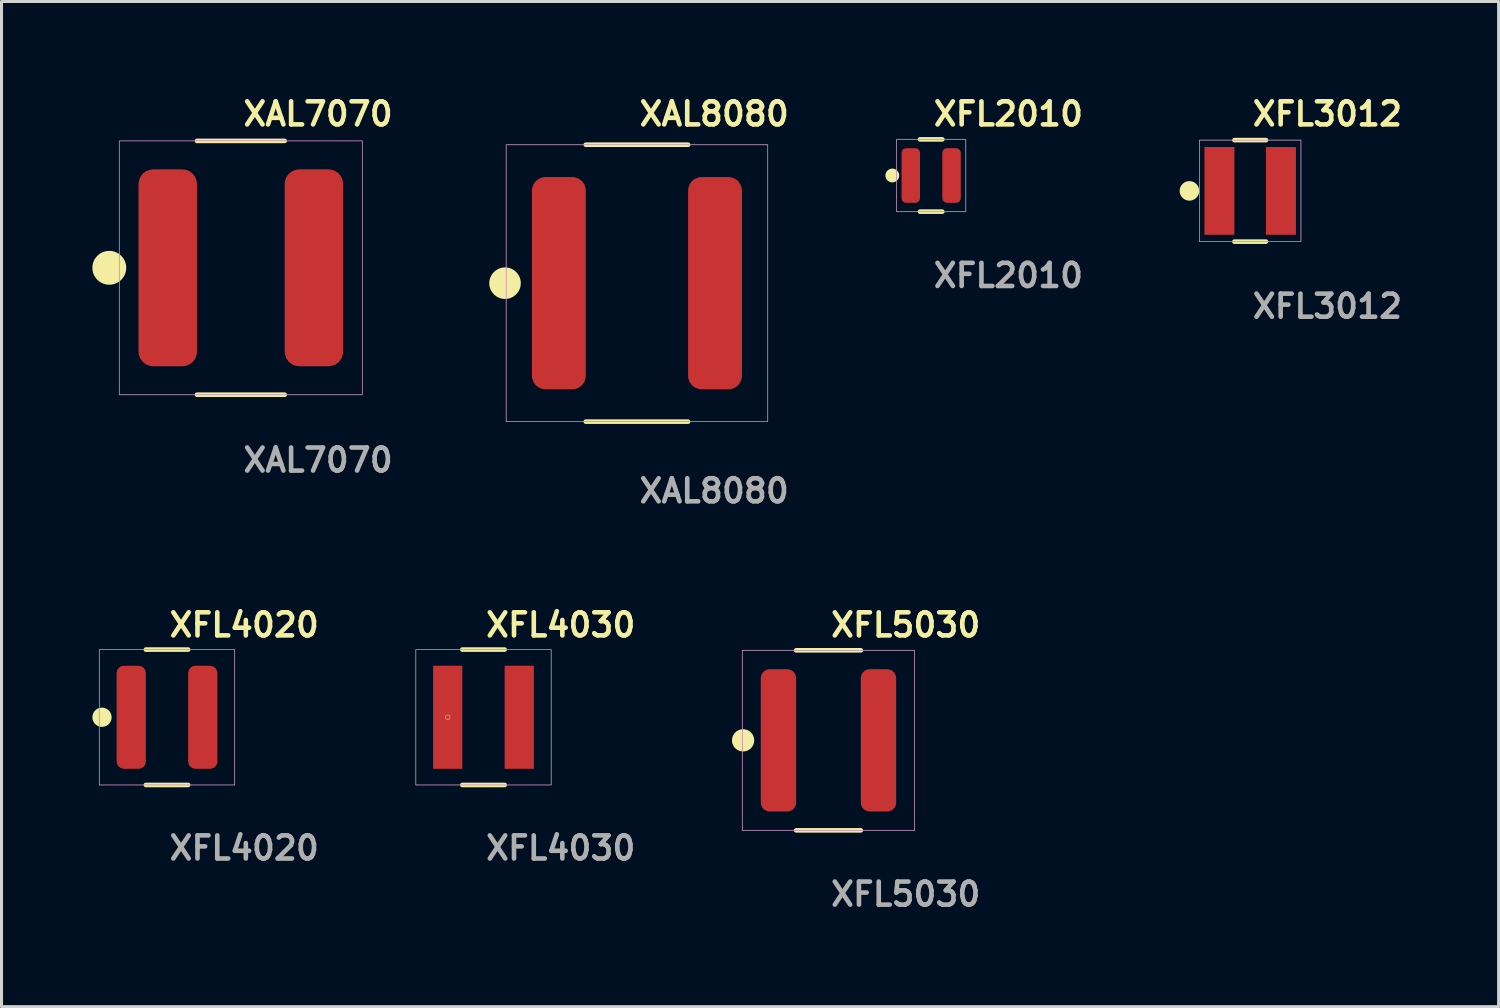
<source format=kicad_pcb>
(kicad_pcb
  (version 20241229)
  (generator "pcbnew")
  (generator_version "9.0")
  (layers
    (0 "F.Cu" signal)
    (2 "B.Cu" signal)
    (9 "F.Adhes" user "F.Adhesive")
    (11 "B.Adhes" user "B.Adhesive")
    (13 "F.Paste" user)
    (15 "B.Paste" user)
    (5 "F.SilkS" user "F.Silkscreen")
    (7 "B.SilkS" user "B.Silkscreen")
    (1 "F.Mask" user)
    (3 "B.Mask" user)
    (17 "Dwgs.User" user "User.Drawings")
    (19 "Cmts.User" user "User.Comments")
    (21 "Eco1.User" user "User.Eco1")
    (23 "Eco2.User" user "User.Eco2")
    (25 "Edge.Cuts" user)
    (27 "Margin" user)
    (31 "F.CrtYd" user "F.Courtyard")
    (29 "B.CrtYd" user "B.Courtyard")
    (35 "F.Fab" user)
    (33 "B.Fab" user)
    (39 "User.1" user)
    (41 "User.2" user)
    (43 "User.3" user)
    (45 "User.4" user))
  (footprint "XAL8080"
    (layer "F.Cu")
    (at 17.982 6.301)
    (property "Reference" "XAL8080" (at 0 -5.588 0) (unlocked yes) (layer "F.SilkS") (effects (font (size 0.762 0.762) (thickness 0.152)) (justify left)))
    (fp_line (start 1.689 -4.572) (end -1.689 -4.572) (stroke (width 0.152) (type solid)) (layer "F.SilkS"))
    (fp_line (start 1.689 4.572) (end -1.689 4.572) (stroke (width 0.152) (type solid)) (layer "F.SilkS"))
    (fp_circle (center -4.356 0) (end -4.801 0) (stroke (width 0.152) (type solid)) (fill yes) (layer "F.SilkS"))
    (fp_rect (start -4.318 -4.572) (end 4.318 4.572) (stroke (width 0.006) (type solid)) (fill no) (layer "F.CrtYd"))
    (fp_rect (start -4.318 -4.572) (end 4.318 4.572) (stroke (width 0.025) (type default)) (fill no) (layer "F.Fab"))
    (fp_text user "${REFERENCE}" (at 0 6.858 0) (unlocked yes) (layer "F.Fab") (effects (font (size 0.762 0.762) (thickness 0.152)) (justify left)))
    (pad "1" smd roundrect (at -2.578 0) (size 1.778 7.01) (layers "F.Cu" "F.Mask" "F.Paste") (roundrect_rratio 0.25))
    (pad "2" smd roundrect (at 2.578 0) (size 1.778 7.01) (layers "F.Cu" "F.Mask" "F.Paste") (roundrect_rratio 0.25)))
  (footprint "XFL5030"
    (layer "F.Cu")
    (at 24.306 21.396)
    (property "Reference" "XFL5030" (at 0 -3.81 0) (unlocked yes) (layer "F.SilkS") (effects (font (size 0.762 0.762) (thickness 0.152)) (justify left)))
    (fp_line (start 1.067 -2.972) (end -1.067 -2.972) (stroke (width 0.152) (type solid)) (layer "F.SilkS"))
    (fp_line (start 1.067 2.972) (end -1.067 2.972) (stroke (width 0.152) (type solid)) (layer "F.SilkS"))
    (fp_circle (center -2.819 0) (end -3.111 0) (stroke (width 0.152) (type solid)) (fill yes) (layer "F.SilkS"))
    (fp_rect (start -2.845 -2.972) (end 2.845 2.972) (stroke (width 0.006) (type solid)) (fill no) (layer "F.CrtYd"))
    (fp_rect (start -2.845 -2.972) (end 2.845 2.972) (stroke (width 0.025) (type default)) (fill no) (layer "F.Fab"))
    (fp_text user "${REFERENCE}" (at 0 5.08 0) (unlocked yes) (layer "F.Fab") (effects (font (size 0.762 0.762) (thickness 0.152)) (justify left)))
    (pad "1" smd roundrect (at -1.651 0) (size 1.168 4.699) (layers "F.Cu" "F.Mask" "F.Paste") (roundrect_rratio 0.25))
    (pad "2" smd roundrect (at 1.651 0) (size 1.168 4.699) (layers "F.Cu" "F.Mask" "F.Paste") (roundrect_rratio 0.25)))
  (footprint "XFL4030"
    (layer "F.Cu")
    (at 12.915 20.634)
    (property "Reference" "XFL4030" (at 0 -3.048 0) (unlocked yes) (layer "F.SilkS") (effects (font (size 0.762 0.762) (thickness 0.152)) (justify left)))
    (fp_line (start 0.699 -2.235) (end -0.699 -2.235) (stroke (width 0.152) (type solid)) (layer "F.SilkS"))
    (fp_line (start 0.699 2.235) (end -0.699 2.235) (stroke (width 0.152) (type solid)) (layer "F.SilkS"))
    (fp_rect (start -2.235 -2.235) (end 2.235 2.235) (stroke (width 0.006) (type solid)) (fill no) (layer "F.CrtYd"))
    (fp_rect (start -2.235 -2.235) (end 2.235 2.235) (stroke (width 0.025) (type default)) (fill no) (layer "F.Fab"))
    (fp_circle (center -1.181 0) (end -1.105 0) (stroke (width 0.025) (type solid)) (fill no) (layer "F.Fab"))
    (fp_text user "${REFERENCE}" (at 0 4.318 0) (unlocked yes) (layer "F.Fab") (effects (font (size 0.762 0.762) (thickness 0.152)) (justify left)))
    (pad "1" smd rect (at -1.181 0) (size 0.965 3.404) (layers "F.Cu" "F.Mask" "F.Paste"))
    (pad "2" smd rect (at 1.181 0) (size 0.965 3.404) (layers "F.Cu" "F.Mask" "F.Paste")))
  (footprint "XFL3012"
    (layer "F.Cu")
    (at 38.231 3.253)
    (property "Reference" "XFL3012" (at 0 -2.54 0) (unlocked yes) (layer "F.SilkS") (effects (font (size 0.762 0.762) (thickness 0.152)) (justify left)))
    (fp_line (start 0.521 -1.676) (end -0.521 -1.676) (stroke (width 0.152) (type solid)) (layer "F.SilkS"))
    (fp_line (start 0.521 1.676) (end -0.521 1.676) (stroke (width 0.152) (type solid)) (layer "F.SilkS"))
    (fp_circle (center -2.007 0) (end -2.254 0) (stroke (width 0.152) (type solid)) (fill yes) (layer "F.SilkS"))
    (fp_rect (start -1.676 -1.676) (end 1.676 1.676) (stroke (width 0.006) (type solid)) (fill no) (layer "F.CrtYd"))
    (fp_rect (start -1.676 -1.676) (end 1.676 1.676) (stroke (width 0.025) (type default)) (fill no) (layer "F.Fab"))
    (fp_text user "${REFERENCE}" (at 0 3.81 0) (unlocked yes) (layer "F.Fab") (effects (font (size 0.762 0.762) (thickness 0.152)) (justify left)))
    (pad "1" smd rect (at -1.016 0) (size 0.991 2.896) (layers "F.Cu" "F.Mask" "F.Paste"))
    (pad "2" smd rect (at 1.016 0) (size 0.991 2.896) (layers "F.Cu" "F.Mask" "F.Paste")))
  (footprint "XFL4020"
    (layer "F.Cu")
    (at 2.464 20.634)
    (property "Reference" "XFL4020" (at 0 -3.048 0) (unlocked yes) (layer "F.SilkS") (effects (font (size 0.762 0.762) (thickness 0.152)) (justify left)))
    (fp_line (start 0.699 -2.235) (end -0.699 -2.235) (stroke (width 0.152) (type solid)) (layer "F.SilkS"))
    (fp_line (start 0.699 2.235) (end -0.699 2.235) (stroke (width 0.152) (type solid)) (layer "F.SilkS"))
    (fp_circle (center -2.146 0) (end -2.388 0) (stroke (width 0.152) (type solid)) (fill yes) (layer "F.SilkS"))
    (fp_rect (start -2.235 -2.235) (end 2.235 2.235) (stroke (width 0.006) (type solid)) (fill no) (layer "F.CrtYd"))
    (fp_rect (start -2.235 -2.235) (end 2.235 2.235) (stroke (width 0.025) (type default)) (fill no) (layer "F.Fab"))
    (fp_text user "${REFERENCE}" (at 0 4.318 0) (unlocked yes) (layer "F.Fab") (effects (font (size 0.762 0.762) (thickness 0.152)) (justify left)))
    (pad "1" smd roundrect (at -1.181 0) (size 0.965 3.404) (layers "F.Cu" "F.Mask" "F.Paste") (roundrect_rratio 0.25))
    (pad "2" smd roundrect (at 1.181 0) (size 0.965 3.404) (layers "F.Cu" "F.Mask" "F.Paste") (roundrect_rratio 0.25)))
  (footprint "XFL2010"
    (layer "F.Cu")
    (at 27.697 2.745)
    (property "Reference" "XFL2010" (at 0 -2.032 0) (unlocked yes) (layer "F.SilkS") (effects (font (size 0.762 0.762) (thickness 0.152)) (justify left)))
    (fp_line (start 0.368 -1.194) (end -0.368 -1.194) (stroke (width 0.152) (type solid)) (layer "F.SilkS"))
    (fp_line (start 0.368 1.194) (end -0.368 1.194) (stroke (width 0.152) (type solid)) (layer "F.SilkS"))
    (fp_circle (center -1.283 0) (end -1.435 0) (stroke (width 0.152) (type solid)) (fill yes) (layer "F.SilkS"))
    (fp_rect (start -1.143 -1.194) (end 1.143 1.194) (stroke (width 0.006) (type solid)) (fill no) (layer "F.CrtYd"))
    (fp_rect (start -1.143 -1.194) (end 1.143 1.194) (stroke (width 0.025) (type default)) (fill no) (layer "F.Fab"))
    (fp_text user "${REFERENCE}" (at 0 3.302 0) (unlocked yes) (layer "F.Fab") (effects (font (size 0.762 0.762) (thickness 0.152)) (justify left)))
    (pad "1" smd roundrect (at -0.673 0) (size 0.61 1.803) (layers "F.Cu" "F.Mask" "F.Paste") (roundrect_rratio 0.25))
    (pad "2" smd roundrect (at 0.673 0) (size 0.61 1.803) (layers "F.Cu" "F.Mask" "F.Paste") (roundrect_rratio 0.25)))
  (footprint "XAL7070"
    (layer "F.Cu")
    (at 4.902 5.793)
    (property "Reference" "XAL7070" (at 0 -5.08 0) (unlocked yes) (layer "F.SilkS") (effects (font (size 0.762 0.762) (thickness 0.152)) (justify left)))
    (fp_line (start 1.448 -4.191) (end -1.448 -4.191) (stroke (width 0.152) (type solid)) (layer "F.SilkS"))
    (fp_line (start 1.448 4.191) (end -1.448 4.191) (stroke (width 0.152) (type solid)) (layer "F.SilkS"))
    (fp_circle (center -4.343 0) (end -4.826 0) (stroke (width 0.152) (type solid)) (fill yes) (layer "F.SilkS"))
    (fp_rect (start -4.013 -4.191) (end 4.013 4.191) (stroke (width 0.006) (type solid)) (fill no) (layer "F.CrtYd"))
    (fp_rect (start -4.013 -4.191) (end 4.013 4.191) (stroke (width 0.025) (type default)) (fill no) (layer "F.Fab"))
    (fp_text user "${REFERENCE}" (at 0 6.35 0) (unlocked yes) (layer "F.Fab") (effects (font (size 0.762 0.762) (thickness 0.152)) (justify left)))
    (pad "1" smd roundrect (at -2.413 0) (size 1.93 6.502) (layers "F.Cu" "F.Mask" "F.Paste") (roundrect_rratio 0.25))
    (pad "2" smd roundrect (at 2.413 0) (size 1.93 6.502) (layers "F.Cu" "F.Mask" "F.Paste") (roundrect_rratio 0.25)))
  (gr_rect
    (start -3 -3)
    (end 46.434 30.189)
    (stroke (width 0.1) (type default))
    (fill no)
    (layer "Edge.Cuts")))
</source>
